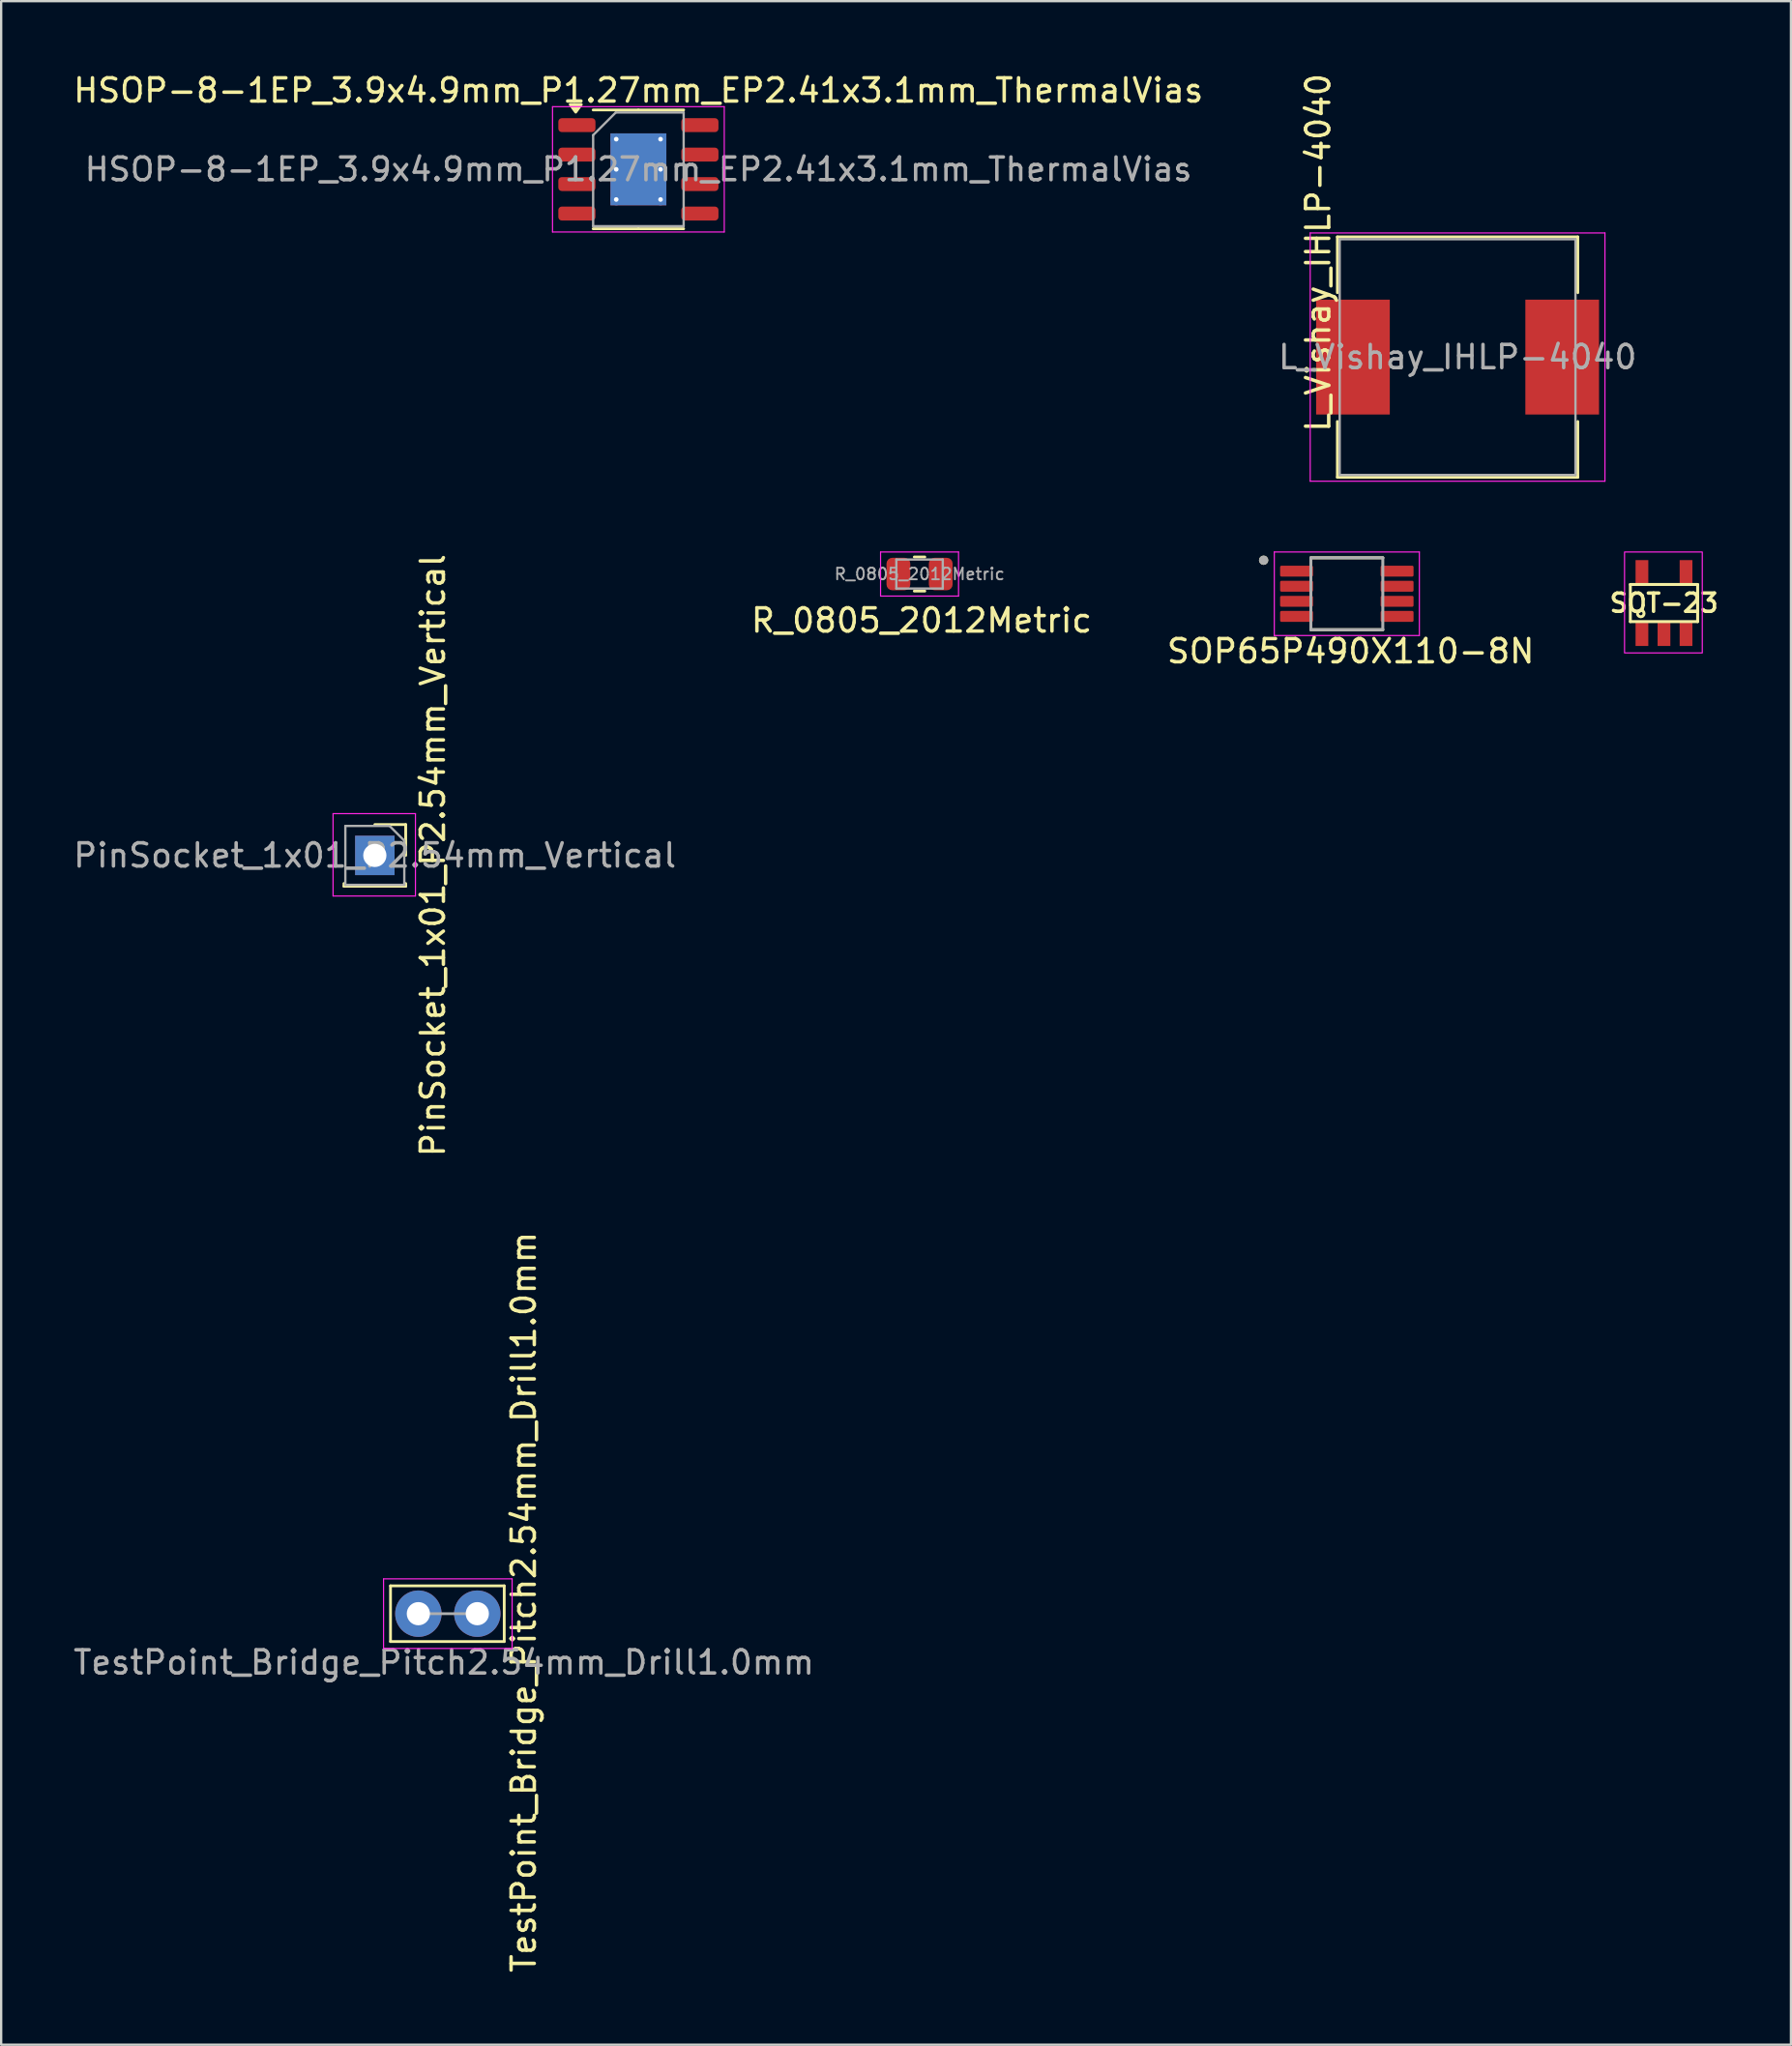
<source format=kicad_pcb>
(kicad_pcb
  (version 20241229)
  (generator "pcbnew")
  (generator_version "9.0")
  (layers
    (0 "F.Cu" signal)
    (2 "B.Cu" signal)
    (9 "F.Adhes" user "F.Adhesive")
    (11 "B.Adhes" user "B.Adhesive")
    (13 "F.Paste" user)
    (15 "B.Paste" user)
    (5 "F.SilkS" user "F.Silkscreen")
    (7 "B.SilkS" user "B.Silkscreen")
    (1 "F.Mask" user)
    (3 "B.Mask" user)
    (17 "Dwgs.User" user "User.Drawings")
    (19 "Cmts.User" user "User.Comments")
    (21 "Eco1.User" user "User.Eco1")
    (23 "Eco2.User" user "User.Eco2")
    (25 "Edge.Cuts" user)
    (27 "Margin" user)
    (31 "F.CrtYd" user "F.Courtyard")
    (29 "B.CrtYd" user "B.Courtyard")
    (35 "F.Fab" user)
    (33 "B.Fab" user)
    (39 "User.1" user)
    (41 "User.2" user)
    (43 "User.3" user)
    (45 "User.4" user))
  (footprint "L_Vishay_IHLP-4040"
    (layer "F.Cu")
    (at 59.756 12.339)
    (property "Reference" "L_Vishay_IHLP-4040" (at -6.008 -4.5 90) (layer "F.SilkS") (effects (font (size 1 1) (thickness 0.15))))
    (attr smd)
    (fp_line (start -5.18 -5.18) (end 5.18 -5.18) (stroke (width 0.12) (type solid)) (layer "F.SilkS"))
    (fp_line (start -5.18 -2.775) (end -5.18 -5.18) (stroke (width 0.12) (type solid)) (layer "F.SilkS"))
    (fp_line (start -5.18 2.775) (end -5.18 5.18) (stroke (width 0.12) (type solid)) (layer "F.SilkS"))
    (fp_line (start -5.18 5.18) (end 5.18 5.18) (stroke (width 0.12) (type solid)) (layer "F.SilkS"))
    (fp_line (start 5.18 -5.18) (end 5.18 -2.775) (stroke (width 0.12) (type solid)) (layer "F.SilkS"))
    (fp_line (start 5.18 5.18) (end 5.18 2.775) (stroke (width 0.12) (type solid)) (layer "F.SilkS"))
    (fp_line (start -6.35 -5.35) (end -6.35 5.35) (stroke (width 0.05) (type solid)) (layer "F.CrtYd"))
    (fp_line (start -6.35 5.35) (end 6.35 5.35) (stroke (width 0.05) (type solid)) (layer "F.CrtYd"))
    (fp_line (start 6.35 -5.35) (end -6.35 -5.35) (stroke (width 0.05) (type solid)) (layer "F.CrtYd"))
    (fp_line (start 6.35 5.35) (end 6.35 -5.35) (stroke (width 0.05) (type solid)) (layer "F.CrtYd"))
    (fp_line (start -5.08 -5.08) (end -5.08 5.08) (stroke (width 0.1) (type solid)) (layer "F.Fab"))
    (fp_line (start -5.08 5.08) (end 5.08 5.08) (stroke (width 0.1) (type solid)) (layer "F.Fab"))
    (fp_line (start 5.08 -5.08) (end -5.08 -5.08) (stroke (width 0.1) (type solid)) (layer "F.Fab"))
    (fp_line (start 5.08 5.08) (end 5.08 -5.08) (stroke (width 0.1) (type solid)) (layer "F.Fab"))
    (fp_text user "${REFERENCE}" (at 0 0 0) (layer "F.Fab") (effects (font (size 1 1) (thickness 0.15))))
    (pad "1" smd rect (at -4.508 0) (size 3.175 4.95) (layers "F.Cu" "F.Mask" "F.Paste"))
    (pad "2" smd rect (at 4.508 0) (size 3.175 4.95) (layers "F.Cu" "F.Mask" "F.Paste")))
  (footprint "SOP65P490X110-8N"
    (layer "F.Cu")
    (at 54.984 22.539)
    (property "Reference" "SOP65P490X110-8N" (at 0.165 2.475 180) (layer "F.SilkS") (effects (font (size 1 1) (thickness 0.15))))
    (attr smd)
    (fp_line (start -1.55 -1.55) (end 1.55 -1.55) (stroke (width 0.127) (type solid)) (layer "F.SilkS"))
    (fp_line (start -1.55 1.55) (end 1.55 1.55) (stroke (width 0.127) (type solid)) (layer "F.SilkS"))
    (fp_circle (center -3.585 -1.445) (end -3.485 -1.445) (stroke (width 0.2) (type solid)) (fill no) (layer "F.SilkS"))
    (fp_line (start -3.125 -1.8) (end -3.125 1.8) (stroke (width 0.05) (type solid)) (layer "F.CrtYd"))
    (fp_line (start -3.125 -1.8) (end 3.125 -1.8) (stroke (width 0.05) (type solid)) (layer "F.CrtYd"))
    (fp_line (start -3.125 1.8) (end 3.125 1.8) (stroke (width 0.05) (type solid)) (layer "F.CrtYd"))
    (fp_line (start 3.125 -1.8) (end 3.125 1.8) (stroke (width 0.05) (type solid)) (layer "F.CrtYd"))
    (fp_line (start -1.55 -1.55) (end -1.55 1.55) (stroke (width 0.127) (type solid)) (layer "F.Fab"))
    (fp_line (start -1.55 -1.55) (end 1.55 -1.55) (stroke (width 0.127) (type solid)) (layer "F.Fab"))
    (fp_line (start -1.55 1.55) (end 1.55 1.55) (stroke (width 0.127) (type solid)) (layer "F.Fab"))
    (fp_line (start 1.55 -1.55) (end 1.55 1.55) (stroke (width 0.127) (type solid)) (layer "F.Fab"))
    (fp_circle (center -3.585 -1.445) (end -3.485 -1.445) (stroke (width 0.2) (type solid)) (fill no) (layer "F.Fab"))
    (pad "1" smd roundrect (at -2.165 -0.975) (size 1.42 0.47) (layers "F.Cu" "F.Mask" "F.Paste") (roundrect_rratio 0.125))
    (pad "2" smd roundrect (at -2.165 -0.325) (size 1.42 0.47) (layers "F.Cu" "F.Mask" "F.Paste") (roundrect_rratio 0.125))
    (pad "3" smd roundrect (at -2.165 0.325) (size 1.42 0.47) (layers "F.Cu" "F.Mask" "F.Paste") (roundrect_rratio 0.125))
    (pad "4" smd roundrect (at -2.165 0.975) (size 1.42 0.47) (layers "F.Cu" "F.Mask" "F.Paste") (roundrect_rratio 0.125))
    (pad "5" smd roundrect (at 2.165 0.975) (size 1.42 0.47) (layers "F.Cu" "F.Mask" "F.Paste") (roundrect_rratio 0.125))
    (pad "6" smd roundrect (at 2.165 0.325) (size 1.42 0.47) (layers "F.Cu" "F.Mask" "F.Paste") (roundrect_rratio 0.125))
    (pad "7" smd roundrect (at 2.165 -0.325) (size 1.42 0.47) (layers "F.Cu" "F.Mask" "F.Paste") (roundrect_rratio 0.125))
    (pad "8" smd roundrect (at 2.165 -0.975) (size 1.42 0.47) (layers "F.Cu" "F.Mask" "F.Paste") (roundrect_rratio 0.125)))
  (footprint "PinSocket_1x01_P2.54mm_Vertical"
    (layer "F.Cu")
    (at 13.101 33.815)
    (property "Reference" "PinSocket_1x01_P2.54mm_Vertical" (at 2.5 0 90) (layer "F.SilkS") (effects (font (size 1 1) (thickness 0.15))))
    (attr through_hole)
    (fp_line (start -1.33 1.21) (end -1.33 1.33) (stroke (width 0.12) (type solid)) (layer "F.SilkS"))
    (fp_line (start -1.33 1.33) (end 1.33 1.33) (stroke (width 0.12) (type solid)) (layer "F.SilkS"))
    (fp_line (start 0 -1.33) (end 1.33 -1.33) (stroke (width 0.12) (type solid)) (layer "F.SilkS"))
    (fp_line (start 1.33 -1.33) (end 1.33 0) (stroke (width 0.12) (type solid)) (layer "F.SilkS"))
    (fp_line (start 1.33 1.21) (end 1.33 1.33) (stroke (width 0.12) (type solid)) (layer "F.SilkS"))
    (fp_line (start -1.8 -1.8) (end 1.75 -1.8) (stroke (width 0.05) (type solid)) (layer "F.CrtYd"))
    (fp_line (start -1.8 1.75) (end -1.8 -1.8) (stroke (width 0.05) (type solid)) (layer "F.CrtYd"))
    (fp_line (start 1.75 -1.8) (end 1.75 1.75) (stroke (width 0.05) (type solid)) (layer "F.CrtYd"))
    (fp_line (start 1.75 1.75) (end -1.8 1.75) (stroke (width 0.05) (type solid)) (layer "F.CrtYd"))
    (fp_line (start -1.27 -1.27) (end 0.635 -1.27) (stroke (width 0.1) (type solid)) (layer "F.Fab"))
    (fp_line (start -1.27 1.27) (end -1.27 -1.27) (stroke (width 0.1) (type solid)) (layer "F.Fab"))
    (fp_line (start 0.635 -1.27) (end 1.27 -0.635) (stroke (width 0.1) (type solid)) (layer "F.Fab"))
    (fp_line (start 1.27 -0.635) (end 1.27 1.27) (stroke (width 0.1) (type solid)) (layer "F.Fab"))
    (fp_line (start 1.27 1.27) (end -1.27 1.27) (stroke (width 0.1) (type solid)) (layer "F.Fab"))
    (fp_text user "${REFERENCE}" (at 0 0 0) (layer "F.Fab") (effects (font (size 1 1) (thickness 0.15))))
    (pad "1" thru_hole rect (at 0 0) (size 1.7 1.7) (drill 1) (layers "*.Cu" "*.Mask")))
  (footprint "R_0805_2012Metric"
    (layer "F.Cu")
    (at 36.573 21.689)
    (property "Reference" "R_0805_2012Metric" (at 0.087 2 180) (layer "F.SilkS") (effects (font (size 1 1) (thickness 0.15))))
    (attr smd)
    (fp_line (start -0.227 -0.735) (end 0.227 -0.735) (stroke (width 0.12) (type solid)) (layer "F.SilkS"))
    (fp_line (start -0.227 0.735) (end 0.227 0.735) (stroke (width 0.12) (type solid)) (layer "F.SilkS"))
    (fp_line (start -1.68 -0.95) (end 1.68 -0.95) (stroke (width 0.05) (type solid)) (layer "F.CrtYd"))
    (fp_line (start -1.68 0.95) (end -1.68 -0.95) (stroke (width 0.05) (type solid)) (layer "F.CrtYd"))
    (fp_line (start 1.68 -0.95) (end 1.68 0.95) (stroke (width 0.05) (type solid)) (layer "F.CrtYd"))
    (fp_line (start 1.68 0.95) (end -1.68 0.95) (stroke (width 0.05) (type solid)) (layer "F.CrtYd"))
    (fp_line (start -1 -0.625) (end 1 -0.625) (stroke (width 0.1) (type solid)) (layer "F.Fab"))
    (fp_line (start -1 0.625) (end -1 -0.625) (stroke (width 0.1) (type solid)) (layer "F.Fab"))
    (fp_line (start 1 -0.625) (end 1 0.625) (stroke (width 0.1) (type solid)) (layer "F.Fab"))
    (fp_line (start 1 0.625) (end -1 0.625) (stroke (width 0.1) (type solid)) (layer "F.Fab"))
    (fp_text user "${REFERENCE}" (at 0 0 180) (layer "F.Fab") (effects (font (size 0.5 0.5) (thickness 0.08))))
    (pad "1" smd roundrect (at -0.912 0) (size 1.025 1.4) (layers "F.Cu" "F.Mask" "F.Paste") (roundrect_rratio 0.244))
    (pad "2" smd roundrect (at 0.912 0) (size 1.025 1.4) (layers "F.Cu" "F.Mask" "F.Paste") (roundrect_rratio 0.244)))
  (footprint "SOT-23"
    (layer "F.Cu")
    (at 68.65 22.939)
    (property "Reference" "SOT-23" (at 0 0 180) (layer "F.SilkS") (effects (font (size 0.787 0.787) (thickness 0.15))))
    (attr smd)
    (fp_line (start -1.45 -0.8) (end 1.45 -0.8) (stroke (width 0.127) (type solid)) (layer "F.SilkS"))
    (fp_line (start -1.45 0.8) (end -1.45 -0.8) (stroke (width 0.127) (type solid)) (layer "F.SilkS"))
    (fp_line (start 1.45 -0.8) (end 1.45 0.8) (stroke (width 0.127) (type solid)) (layer "F.SilkS"))
    (fp_line (start 1.45 0.8) (end -1.45 0.8) (stroke (width 0.127) (type solid)) (layer "F.SilkS"))
    (fp_circle (center -1 0.45) (end -0.859 0.45) (stroke (width 0.127) (type solid)) (fill no) (layer "F.SilkS"))
    (fp_rect (start -1.7 -2.2) (end 1.65 2.15) (stroke (width 0.05) (type default)) (fill no) (layer "F.CrtYd"))
    (pad "P$1" smd rect (at -0.95 1.35) (size 0.55 1) (layers "F.Cu" "F.Mask" "F.Paste"))
    (pad "P$2" smd rect (at 0 1.35) (size 0.55 1) (layers "F.Cu" "F.Mask" "F.Paste"))
    (pad "P$3" smd rect (at 0.95 1.35) (size 0.55 1) (layers "F.Cu" "F.Mask" "F.Paste"))
    (pad "P$4" smd rect (at 0.95 -1.35) (size 0.55 1) (layers "F.Cu" "F.Mask" "F.Paste"))
    (pad "P$5" smd rect (at -0.95 -1.35) (size 0.55 1) (layers "F.Cu" "F.Mask" "F.Paste")))
  (footprint "HSOP-8-1EP_3.9x4.9mm_P1.27mm_EP2.41x3.1mm_ThermalVias"
    (layer "F.Cu")
    (at 24.458 4.248)
    (property "Reference" "HSOP-8-1EP_3.9x4.9mm_P1.27mm_EP2.41x3.1mm_ThermalVias" (at 0 -3.4 0) (layer "F.SilkS") (effects (font (size 1 1) (thickness 0.15))))
    (attr smd)
    (fp_line (start 0 -2.56) (end -1.95 -2.56) (stroke (width 0.12) (type solid)) (layer "F.SilkS"))
    (fp_line (start 0 -2.56) (end 1.95 -2.56) (stroke (width 0.12) (type solid)) (layer "F.SilkS"))
    (fp_line (start 0 2.56) (end -1.95 2.56) (stroke (width 0.12) (type solid)) (layer "F.SilkS"))
    (fp_line (start 0 2.56) (end 1.95 2.56) (stroke (width 0.12) (type solid)) (layer "F.SilkS"))
    (fp_poly (pts (xy -2.7 -2.465) (xy -2.94 -2.795) (xy -2.46 -2.795) (xy -2.7 -2.465)) (stroke (width 0.12) (type solid)) (fill yes) (layer "F.SilkS"))
    (fp_line (start -3.7 -2.7) (end -3.7 2.7) (stroke (width 0.05) (type solid)) (layer "F.CrtYd"))
    (fp_line (start -3.7 2.7) (end 3.7 2.7) (stroke (width 0.05) (type solid)) (layer "F.CrtYd"))
    (fp_line (start 3.7 -2.7) (end -3.7 -2.7) (stroke (width 0.05) (type solid)) (layer "F.CrtYd"))
    (fp_line (start 3.7 2.7) (end 3.7 -2.7) (stroke (width 0.05) (type solid)) (layer "F.CrtYd"))
    (fp_line (start -1.95 -1.475) (end -0.975 -2.45) (stroke (width 0.1) (type solid)) (layer "F.Fab"))
    (fp_line (start -1.95 2.45) (end -1.95 -1.475) (stroke (width 0.1) (type solid)) (layer "F.Fab"))
    (fp_line (start -0.975 -2.45) (end 1.95 -2.45) (stroke (width 0.1) (type solid)) (layer "F.Fab"))
    (fp_line (start 1.95 -2.45) (end 1.95 2.45) (stroke (width 0.1) (type solid)) (layer "F.Fab"))
    (fp_line (start 1.95 2.45) (end -1.95 2.45) (stroke (width 0.1) (type solid)) (layer "F.Fab"))
    (fp_text user "${REFERENCE}" (at 0 0 0) (layer "F.Fab") (effects (font (size 0.98 0.98) (thickness 0.15))))
    (pad "" smd roundrect (at -0.6 -0.775) (size 0.97 1.25) (layers "F.Paste") (roundrect_rratio 0.25))
    (pad "" smd roundrect (at -0.6 0.775) (size 0.97 1.25) (layers "F.Paste") (roundrect_rratio 0.25))
    (pad "" smd roundrect (at 0.6 -0.775) (size 0.97 1.25) (layers "F.Paste") (roundrect_rratio 0.25))
    (pad "" smd roundrect (at 0.6 0.775) (size 0.97 1.25) (layers "F.Paste") (roundrect_rratio 0.25))
    (pad "1" smd roundrect (at -2.65 -1.905) (size 1.6 0.6) (layers "F.Cu" "F.Mask" "F.Paste") (roundrect_rratio 0.25))
    (pad "2" smd roundrect (at -2.65 -0.635) (size 1.6 0.6) (layers "F.Cu" "F.Mask" "F.Paste") (roundrect_rratio 0.25))
    (pad "3" smd roundrect (at -2.65 0.635) (size 1.6 0.6) (layers "F.Cu" "F.Mask" "F.Paste") (roundrect_rratio 0.25))
    (pad "4" smd roundrect (at -2.65 1.905) (size 1.6 0.6) (layers "F.Cu" "F.Mask" "F.Paste") (roundrect_rratio 0.25))
    (pad "5" smd roundrect (at 2.65 1.905) (size 1.6 0.6) (layers "F.Cu" "F.Mask" "F.Paste") (roundrect_rratio 0.25))
    (pad "6" smd roundrect (at 2.65 0.635) (size 1.6 0.6) (layers "F.Cu" "F.Mask" "F.Paste") (roundrect_rratio 0.25))
    (pad "7" smd roundrect (at 2.65 -0.635) (size 1.6 0.6) (layers "F.Cu" "F.Mask" "F.Paste") (roundrect_rratio 0.25))
    (pad "8" smd roundrect (at 2.65 -1.905) (size 1.6 0.6) (layers "F.Cu" "F.Mask" "F.Paste") (roundrect_rratio 0.25))
    (pad "9" thru_hole circle (at -0.955 -1.3) (size 0.5 0.5) (drill 0.2) (property pad_prop_heatsink) (layers "*.Cu"))
    (pad "9" thru_hole circle (at -0.955 0) (size 0.5 0.5) (drill 0.2) (property pad_prop_heatsink) (layers "*.Cu"))
    (pad "9" thru_hole circle (at -0.955 1.3) (size 0.5 0.5) (drill 0.2) (property pad_prop_heatsink) (layers "*.Cu"))
    (pad "9" smd rect (at 0 0) (size 2.41 3.1) (property pad_prop_heatsink) (layers "F.Cu" "F.Mask"))
    (pad "9" smd rect (at 0 0) (size 2.41 3.1) (property pad_prop_heatsink) (layers "B.Cu"))
    (pad "9" thru_hole circle (at 0.955 -1.3) (size 0.5 0.5) (drill 0.2) (property pad_prop_heatsink) (layers "*.Cu"))
    (pad "9" thru_hole circle (at 0.955 0) (size 0.5 0.5) (drill 0.2) (property pad_prop_heatsink) (layers "*.Cu"))
    (pad "9" thru_hole circle (at 0.955 1.3) (size 0.5 0.5) (drill 0.2) (property pad_prop_heatsink) (layers "*.Cu")))
  (footprint "TestPoint_Bridge_Pitch2.54mm_Drill1.0mm"
    (layer "F.Cu")
    (at 14.977 66.494)
    (property "Reference" "TestPoint_Bridge_Pitch2.54mm_Drill1.0mm" (at 4.54 -0.5 90) (layer "F.SilkS") (effects (font (size 1 1) (thickness 0.15))))
    (attr through_hole)
    (fp_line (start -1.2 -1.2) (end -1.2 1.2) (stroke (width 0.12) (type solid)) (layer "F.SilkS"))
    (fp_line (start -1.2 1.2) (end 3.7 1.2) (stroke (width 0.12) (type solid)) (layer "F.SilkS"))
    (fp_line (start 3.7 -1.2) (end -1.2 -1.2) (stroke (width 0.12) (type solid)) (layer "F.SilkS"))
    (fp_line (start 3.7 1.2) (end 3.7 -1.2) (stroke (width 0.12) (type solid)) (layer "F.SilkS"))
    (fp_line (start -1.5 -1.5) (end -1.5 1.5) (stroke (width 0.05) (type solid)) (layer "F.CrtYd"))
    (fp_line (start -1.5 -1.5) (end 4.04 -1.5) (stroke (width 0.05) (type solid)) (layer "F.CrtYd"))
    (fp_line (start 4.04 1.5) (end -1.5 1.5) (stroke (width 0.05) (type solid)) (layer "F.CrtYd"))
    (fp_line (start 4.04 1.5) (end 4.04 -1.5) (stroke (width 0.05) (type solid)) (layer "F.CrtYd"))
    (fp_line (start 2.54 0) (end 0 0) (stroke (width 0.12) (type solid)) (layer "F.Fab"))
    (fp_text user "${REFERENCE}" (at 1.1 2.1 0) (layer "F.Fab") (effects (font (size 1 1) (thickness 0.15))))
    (pad "1" thru_hole circle (at 0 0) (size 2 2) (drill 1) (layers "*.Cu" "*.Mask"))
    (pad "1" thru_hole circle (at 2.54 0) (size 2 2) (drill 1) (layers "*.Cu" "*.Mask")))
  (gr_rect
    (start -3 -3)
    (end 74.121 85.071)
    (stroke (width 0.1) (type default))
    (fill no)
    (layer "Edge.Cuts")))
</source>
